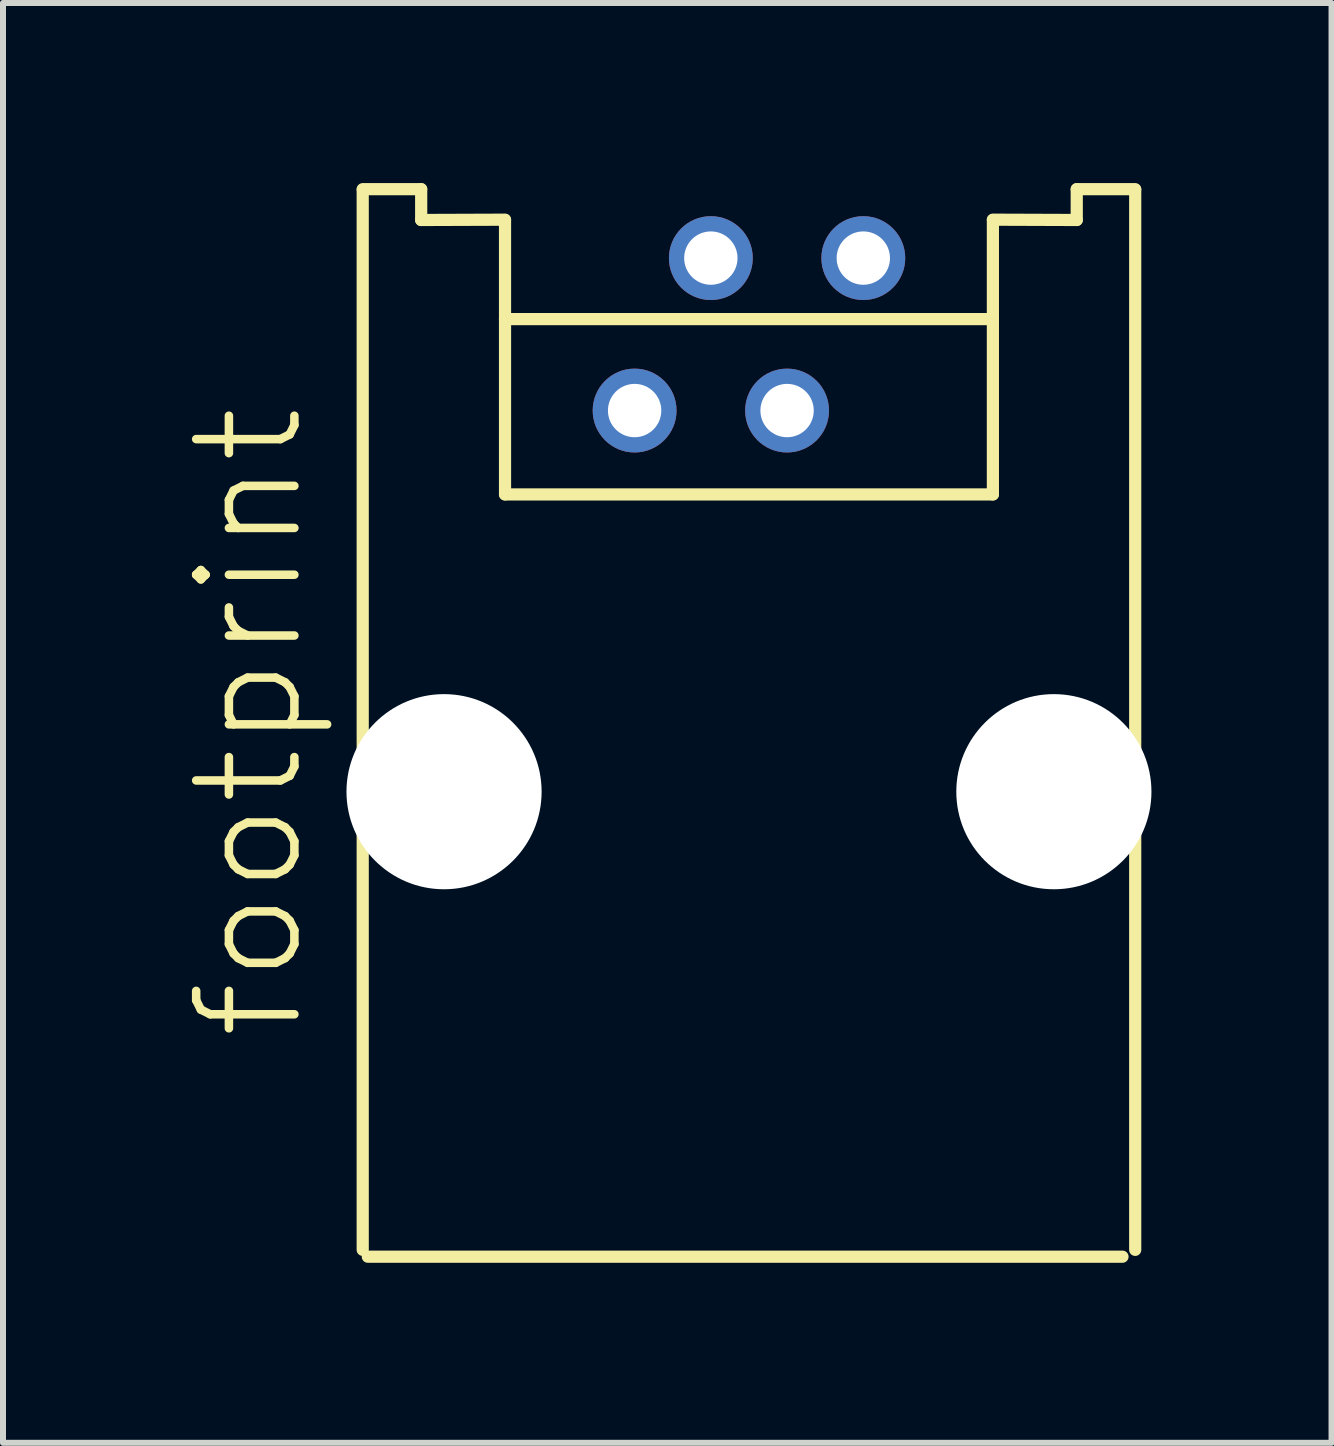
<source format=kicad_pcb>
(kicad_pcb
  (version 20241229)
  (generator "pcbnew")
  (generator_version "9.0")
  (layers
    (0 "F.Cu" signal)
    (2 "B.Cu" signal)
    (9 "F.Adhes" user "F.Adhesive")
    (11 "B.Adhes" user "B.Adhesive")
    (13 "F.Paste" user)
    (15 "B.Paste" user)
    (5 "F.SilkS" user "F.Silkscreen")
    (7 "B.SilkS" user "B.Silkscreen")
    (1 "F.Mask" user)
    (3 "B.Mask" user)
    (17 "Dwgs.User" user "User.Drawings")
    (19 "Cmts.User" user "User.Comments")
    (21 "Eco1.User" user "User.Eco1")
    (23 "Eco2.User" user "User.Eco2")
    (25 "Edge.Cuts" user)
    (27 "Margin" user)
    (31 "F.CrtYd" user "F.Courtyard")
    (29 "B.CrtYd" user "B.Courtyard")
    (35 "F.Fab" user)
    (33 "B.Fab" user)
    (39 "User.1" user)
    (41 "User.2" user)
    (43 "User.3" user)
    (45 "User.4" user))
  (footprint "footprint"
    (layer "F.Cu")
    (at 9.428 10.14)
    (property "Reference" "footprint" (at -7.366 4.191 90) (layer "F.SilkS") (effects (font (size 1.636 1.636) (thickness 0.142)) (justify left bottom)))
    (fp_line (start -6.435 7.633) (end -6.435 -10.028) (stroke (width 0.203) (type solid)) (layer "F.SilkS"))
    (fp_line (start -5.461 -10.038) (end -6.435 -10.038) (stroke (width 0.203) (type solid)) (layer "F.SilkS"))
    (fp_line (start -5.461 -9.525) (end -5.461 -10.038) (stroke (width 0.203) (type solid)) (layer "F.SilkS"))
    (fp_line (start -4.064 -9.53) (end -5.461 -9.525) (stroke (width 0.203) (type solid)) (layer "F.SilkS"))
    (fp_line (start -4.064 -9.525) (end -4.064 -7.874) (stroke (width 0.203) (type solid)) (layer "F.SilkS"))
    (fp_line (start -4.064 -7.874) (end -4.064 -4.953) (stroke (width 0.203) (type solid)) (layer "F.SilkS"))
    (fp_line (start -4.064 -7.874) (end 4.064 -7.874) (stroke (width 0.203) (type solid)) (layer "F.SilkS"))
    (fp_line (start 4.064 -9.53) (end 5.461 -9.525) (stroke (width 0.203) (type solid)) (layer "F.SilkS"))
    (fp_line (start 4.064 -9.525) (end 4.064 -7.874) (stroke (width 0.203) (type solid)) (layer "F.SilkS"))
    (fp_line (start 4.064 -7.874) (end 4.064 -4.953) (stroke (width 0.203) (type solid)) (layer "F.SilkS"))
    (fp_line (start 4.064 -4.953) (end -4.064 -4.953) (stroke (width 0.203) (type solid)) (layer "F.SilkS"))
    (fp_line (start 5.461 -10.038) (end 6.435 -10.038) (stroke (width 0.203) (type solid)) (layer "F.SilkS"))
    (fp_line (start 5.461 -9.525) (end 5.461 -10.038) (stroke (width 0.203) (type solid)) (layer "F.SilkS"))
    (fp_line (start 6.223 7.747) (end -6.35 7.747) (stroke (width 0.203) (type solid)) (layer "F.SilkS"))
    (fp_line (start 6.435 7.633) (end 6.435 -10.028) (stroke (width 0.203) (type solid)) (layer "F.SilkS"))
    (pad "" np_thru_hole circle (at -5.08 0) (size 3.251 3.251) (drill 3.251) (layers "*.Cu" "*.Mask"))
    (pad "" np_thru_hole circle (at 5.08 0) (size 3.251 3.251) (drill 3.251) (layers "*.Cu" "*.Mask"))
    (pad "1" thru_hole circle (at -1.905 -6.35) (size 1.397 1.397) (drill 0.889) (layers "*.Cu" "*.Mask"))
    (pad "2" thru_hole circle (at -0.635 -8.89) (size 1.397 1.397) (drill 0.889) (layers "*.Cu" "*.Mask"))
    (pad "3" thru_hole circle (at 0.635 -6.35) (size 1.397 1.397) (drill 0.889) (layers "*.Cu" "*.Mask"))
    (pad "4" thru_hole circle (at 1.905 -8.89) (size 1.397 1.397) (drill 0.889) (layers "*.Cu" "*.Mask")))
  (gr_rect
    (start -3 -3)
    (end 19.134 20.988)
    (stroke (width 0.1) (type default))
    (fill no)
    (layer "Edge.Cuts")))
</source>
